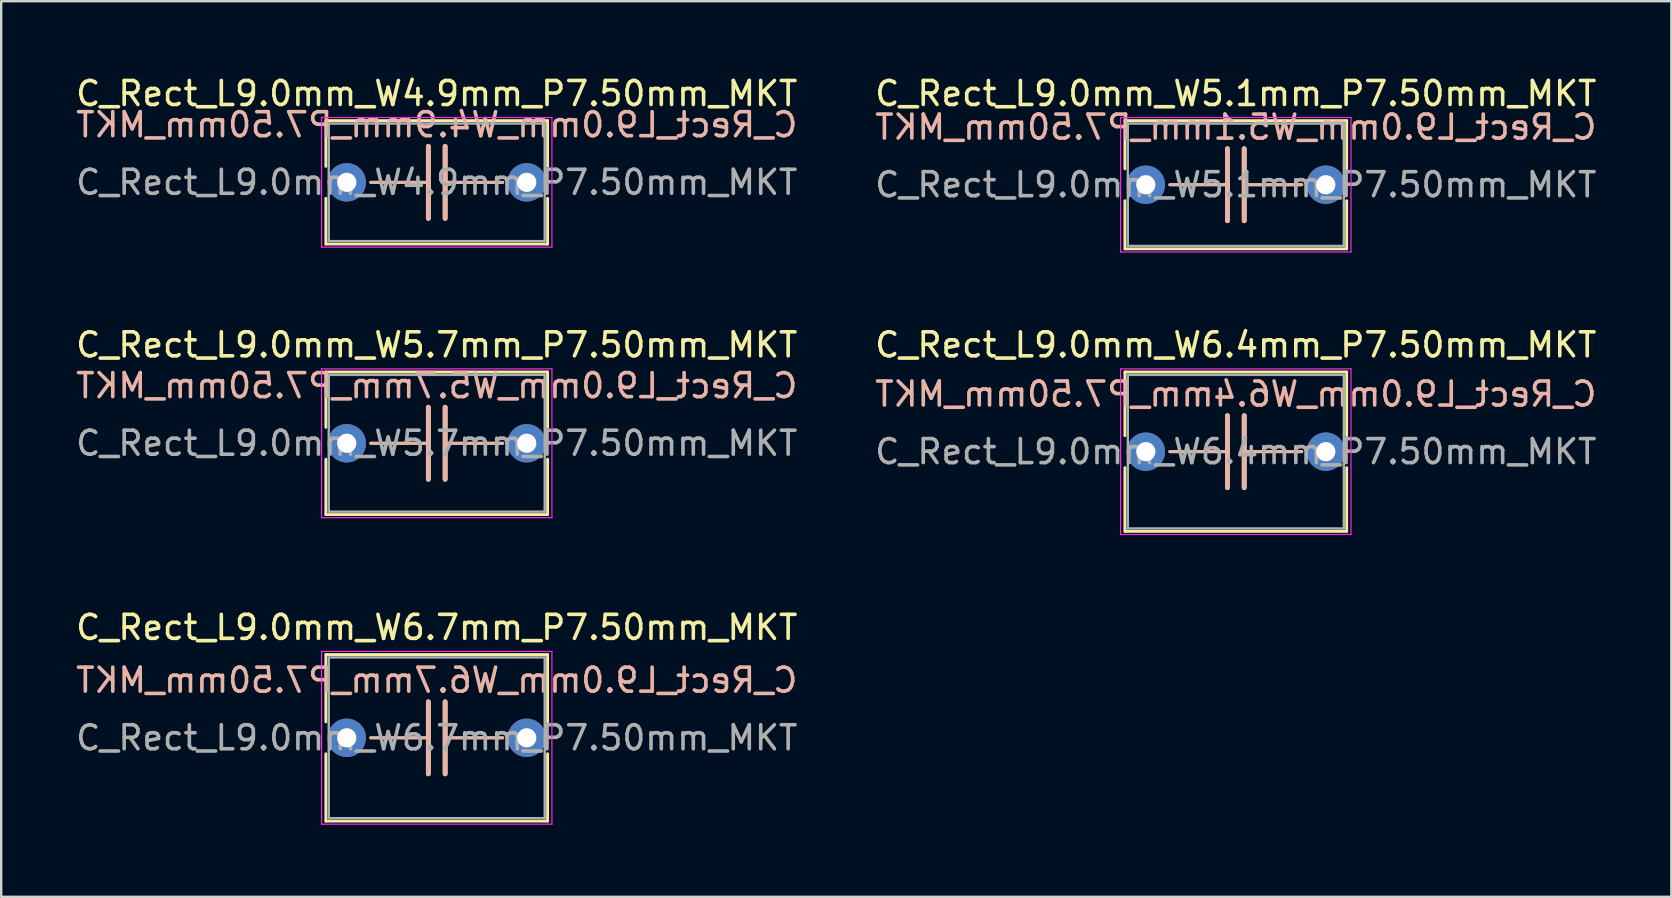
<source format=kicad_pcb>
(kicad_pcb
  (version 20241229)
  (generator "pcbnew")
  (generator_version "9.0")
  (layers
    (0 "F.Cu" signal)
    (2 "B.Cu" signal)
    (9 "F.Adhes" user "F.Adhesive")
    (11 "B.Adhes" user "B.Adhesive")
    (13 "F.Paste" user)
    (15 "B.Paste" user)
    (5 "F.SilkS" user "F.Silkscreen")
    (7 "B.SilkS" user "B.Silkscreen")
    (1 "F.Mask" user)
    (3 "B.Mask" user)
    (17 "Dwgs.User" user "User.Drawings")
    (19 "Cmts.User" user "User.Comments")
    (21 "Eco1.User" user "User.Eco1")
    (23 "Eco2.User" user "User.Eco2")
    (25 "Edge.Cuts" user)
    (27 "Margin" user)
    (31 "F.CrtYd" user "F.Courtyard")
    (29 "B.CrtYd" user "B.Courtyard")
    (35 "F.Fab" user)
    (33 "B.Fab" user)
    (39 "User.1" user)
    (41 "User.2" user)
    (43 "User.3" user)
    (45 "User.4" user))
  (footprint "C_Rect_L9.0mm_W4.9mm_P7.50mm_MKT"
    (layer "F.Cu")
    (at 11.399 4.548)
    (property "Reference" "C_Rect_L9.0mm_W4.9mm_P7.50mm_MKT" (at 3.75 -3.7 0) (layer "F.SilkS") (effects (font (size 1 1) (thickness 0.15))))
    (fp_line (start -0.87 -2.571) (end -0.87 -0.665) (stroke (width 0.12) (type solid)) (layer "F.SilkS"))
    (fp_line (start -0.87 -2.571) (end 8.37 -2.571) (stroke (width 0.12) (type solid)) (layer "F.SilkS"))
    (fp_line (start -0.87 0.665) (end -0.87 2.571) (stroke (width 0.12) (type solid)) (layer "F.SilkS"))
    (fp_line (start -0.87 2.571) (end 8.37 2.571) (stroke (width 0.12) (type solid)) (layer "F.SilkS"))
    (fp_line (start 1 0) (end 3.4 0) (stroke (width 0.12) (type solid)) (layer "F.SilkS"))
    (fp_line (start 3.4 -1.5) (end 3.4 1.5) (stroke (width 0.2) (type solid)) (layer "F.SilkS"))
    (fp_line (start 4.1 -1.5) (end 4.1 1.5) (stroke (width 0.2) (type solid)) (layer "F.SilkS"))
    (fp_line (start 4.1 0) (end 6.5 0) (stroke (width 0.12) (type solid)) (layer "F.SilkS"))
    (fp_line (start 8.37 -2.571) (end 8.37 -0.665) (stroke (width 0.12) (type solid)) (layer "F.SilkS"))
    (fp_line (start 8.37 0.665) (end 8.37 2.571) (stroke (width 0.12) (type solid)) (layer "F.SilkS"))
    (fp_line (start 1 0) (end 3.4 0) (stroke (width 0.12) (type solid)) (layer "B.SilkS"))
    (fp_line (start 3.4 1.5) (end 3.4 -1.5) (stroke (width 0.2) (type solid)) (layer "B.SilkS"))
    (fp_line (start 4.1 0) (end 6.5 0) (stroke (width 0.12) (type solid)) (layer "B.SilkS"))
    (fp_line (start 4.1 1.5) (end 4.1 -1.5) (stroke (width 0.2) (type solid)) (layer "B.SilkS"))
    (fp_line (start -1.05 -2.7) (end -1.05 2.7) (stroke (width 0.05) (type solid)) (layer "F.CrtYd"))
    (fp_line (start -1.05 2.7) (end 8.55 2.7) (stroke (width 0.05) (type solid)) (layer "F.CrtYd"))
    (fp_line (start 8.55 -2.7) (end -1.05 -2.7) (stroke (width 0.05) (type solid)) (layer "F.CrtYd"))
    (fp_line (start 8.55 2.7) (end 8.55 -2.7) (stroke (width 0.05) (type solid)) (layer "F.CrtYd"))
    (fp_line (start -0.75 -2.45) (end -0.75 2.45) (stroke (width 0.1) (type solid)) (layer "F.Fab"))
    (fp_line (start -0.75 2.45) (end 8.25 2.45) (stroke (width 0.1) (type solid)) (layer "F.Fab"))
    (fp_line (start 8.25 -2.45) (end -0.75 -2.45) (stroke (width 0.1) (type solid)) (layer "F.Fab"))
    (fp_line (start 8.25 2.45) (end 8.25 -2.45) (stroke (width 0.1) (type solid)) (layer "F.Fab"))
    (fp_text user "${REFERENCE}" (at 3.75 -2.4 0) (layer "B.SilkS") (effects (font (size 1 1) (thickness 0.15)) (justify mirror)))
    (fp_text user "${REFERENCE}" (at 3.75 0 0) (layer "F.Fab") (effects (font (size 1 1) (thickness 0.15))))
    (pad "1" thru_hole circle (at 0 0) (size 1.6 1.6) (drill 0.8) (layers "*.Cu" "*.Mask"))
    (pad "2" thru_hole circle (at 7.5 0) (size 1.6 1.6) (drill 0.8) (layers "*.Cu" "*.Mask")))
  (footprint "C_Rect_L9.0mm_W6.7mm_P7.50mm_MKT"
    (layer "F.Cu")
    (at 11.399 27.695)
    (property "Reference" "C_Rect_L9.0mm_W6.7mm_P7.50mm_MKT" (at 3.75 -4.6 0) (layer "F.SilkS") (effects (font (size 1 1) (thickness 0.15))))
    (fp_line (start -0.87 -3.47) (end -0.87 -0.665) (stroke (width 0.12) (type solid)) (layer "F.SilkS"))
    (fp_line (start -0.87 -3.47) (end 8.37 -3.47) (stroke (width 0.12) (type solid)) (layer "F.SilkS"))
    (fp_line (start -0.87 0.665) (end -0.87 3.47) (stroke (width 0.12) (type solid)) (layer "F.SilkS"))
    (fp_line (start -0.87 3.47) (end 8.37 3.47) (stroke (width 0.12) (type solid)) (layer "F.SilkS"))
    (fp_line (start 1 0) (end 3.4 0) (stroke (width 0.12) (type solid)) (layer "F.SilkS"))
    (fp_line (start 3.4 -1.5) (end 3.4 1.5) (stroke (width 0.2) (type solid)) (layer "F.SilkS"))
    (fp_line (start 4.1 -1.5) (end 4.1 1.5) (stroke (width 0.2) (type solid)) (layer "F.SilkS"))
    (fp_line (start 4.1 0) (end 6.5 0) (stroke (width 0.12) (type solid)) (layer "F.SilkS"))
    (fp_line (start 8.37 -3.47) (end 8.37 -0.665) (stroke (width 0.12) (type solid)) (layer "F.SilkS"))
    (fp_line (start 8.37 0.665) (end 8.37 3.47) (stroke (width 0.12) (type solid)) (layer "F.SilkS"))
    (fp_line (start 1 0) (end 3.4 0) (stroke (width 0.12) (type solid)) (layer "B.SilkS"))
    (fp_line (start 3.4 1.5) (end 3.4 -1.5) (stroke (width 0.2) (type solid)) (layer "B.SilkS"))
    (fp_line (start 4.1 0) (end 6.5 0) (stroke (width 0.12) (type solid)) (layer "B.SilkS"))
    (fp_line (start 4.1 1.5) (end 4.1 -1.5) (stroke (width 0.2) (type solid)) (layer "B.SilkS"))
    (fp_line (start -1.05 -3.6) (end -1.05 3.6) (stroke (width 0.05) (type solid)) (layer "F.CrtYd"))
    (fp_line (start -1.05 3.6) (end 8.55 3.6) (stroke (width 0.05) (type solid)) (layer "F.CrtYd"))
    (fp_line (start 8.55 -3.6) (end -1.05 -3.6) (stroke (width 0.05) (type solid)) (layer "F.CrtYd"))
    (fp_line (start 8.55 3.6) (end 8.55 -3.6) (stroke (width 0.05) (type solid)) (layer "F.CrtYd"))
    (fp_line (start -0.75 -3.35) (end -0.75 3.35) (stroke (width 0.1) (type solid)) (layer "F.Fab"))
    (fp_line (start -0.75 3.35) (end 8.25 3.35) (stroke (width 0.1) (type solid)) (layer "F.Fab"))
    (fp_line (start 8.25 -3.35) (end -0.75 -3.35) (stroke (width 0.1) (type solid)) (layer "F.Fab"))
    (fp_line (start 8.25 3.35) (end 8.25 -3.35) (stroke (width 0.1) (type solid)) (layer "F.Fab"))
    (fp_text user "${REFERENCE}" (at 3.75 -2.4 0) (layer "B.SilkS") (effects (font (size 1 1) (thickness 0.15)) (justify mirror)))
    (fp_text user "${REFERENCE}" (at 3.75 0 0) (layer "F.Fab") (effects (font (size 1 1) (thickness 0.15))))
    (pad "1" thru_hole circle (at 0 0) (size 1.6 1.6) (drill 0.8) (layers "*.Cu" "*.Mask"))
    (pad "2" thru_hole circle (at 7.5 0) (size 1.6 1.6) (drill 0.8) (layers "*.Cu" "*.Mask")))
  (footprint "C_Rect_L9.0mm_W6.4mm_P7.50mm_MKT"
    (layer "F.Cu")
    (at 44.696 15.771)
    (property "Reference" "C_Rect_L9.0mm_W6.4mm_P7.50mm_MKT" (at 3.75 -4.45 0) (layer "F.SilkS") (effects (font (size 1 1) (thickness 0.15))))
    (fp_line (start -0.87 -3.32) (end -0.87 -0.665) (stroke (width 0.12) (type solid)) (layer "F.SilkS"))
    (fp_line (start -0.87 -3.32) (end 8.37 -3.32) (stroke (width 0.12) (type solid)) (layer "F.SilkS"))
    (fp_line (start -0.87 0.665) (end -0.87 3.32) (stroke (width 0.12) (type solid)) (layer "F.SilkS"))
    (fp_line (start -0.87 3.32) (end 8.37 3.32) (stroke (width 0.12) (type solid)) (layer "F.SilkS"))
    (fp_line (start 1 0) (end 3.4 0) (stroke (width 0.12) (type solid)) (layer "F.SilkS"))
    (fp_line (start 3.4 -1.5) (end 3.4 1.5) (stroke (width 0.2) (type solid)) (layer "F.SilkS"))
    (fp_line (start 4.1 -1.5) (end 4.1 1.5) (stroke (width 0.2) (type solid)) (layer "F.SilkS"))
    (fp_line (start 4.1 0) (end 6.5 0) (stroke (width 0.12) (type solid)) (layer "F.SilkS"))
    (fp_line (start 8.37 -3.32) (end 8.37 -0.665) (stroke (width 0.12) (type solid)) (layer "F.SilkS"))
    (fp_line (start 8.37 0.665) (end 8.37 3.32) (stroke (width 0.12) (type solid)) (layer "F.SilkS"))
    (fp_line (start 1 0) (end 3.4 0) (stroke (width 0.12) (type solid)) (layer "B.SilkS"))
    (fp_line (start 3.4 1.5) (end 3.4 -1.5) (stroke (width 0.2) (type solid)) (layer "B.SilkS"))
    (fp_line (start 4.1 0) (end 6.5 0) (stroke (width 0.12) (type solid)) (layer "B.SilkS"))
    (fp_line (start 4.1 1.5) (end 4.1 -1.5) (stroke (width 0.2) (type solid)) (layer "B.SilkS"))
    (fp_line (start -1.05 -3.45) (end -1.05 3.45) (stroke (width 0.05) (type solid)) (layer "F.CrtYd"))
    (fp_line (start -1.05 3.45) (end 8.55 3.45) (stroke (width 0.05) (type solid)) (layer "F.CrtYd"))
    (fp_line (start 8.55 -3.45) (end -1.05 -3.45) (stroke (width 0.05) (type solid)) (layer "F.CrtYd"))
    (fp_line (start 8.55 3.45) (end 8.55 -3.45) (stroke (width 0.05) (type solid)) (layer "F.CrtYd"))
    (fp_line (start -0.75 -3.2) (end -0.75 3.2) (stroke (width 0.1) (type solid)) (layer "F.Fab"))
    (fp_line (start -0.75 3.2) (end 8.25 3.2) (stroke (width 0.1) (type solid)) (layer "F.Fab"))
    (fp_line (start 8.25 -3.2) (end -0.75 -3.2) (stroke (width 0.1) (type solid)) (layer "F.Fab"))
    (fp_line (start 8.25 3.2) (end 8.25 -3.2) (stroke (width 0.1) (type solid)) (layer "F.Fab"))
    (fp_text user "${REFERENCE}" (at 3.75 -2.4 0) (layer "B.SilkS") (effects (font (size 1 1) (thickness 0.15)) (justify mirror)))
    (fp_text user "${REFERENCE}" (at 3.75 0 0) (layer "F.Fab") (effects (font (size 1 1) (thickness 0.15))))
    (pad "1" thru_hole circle (at 0 0) (size 1.6 1.6) (drill 0.8) (layers "*.Cu" "*.Mask"))
    (pad "2" thru_hole circle (at 7.5 0) (size 1.6 1.6) (drill 0.8) (layers "*.Cu" "*.Mask")))
  (footprint "C_Rect_L9.0mm_W5.7mm_P7.50mm_MKT"
    (layer "F.Cu")
    (at 11.399 15.421)
    (property "Reference" "C_Rect_L9.0mm_W5.7mm_P7.50mm_MKT" (at 3.75 -4.1 0) (layer "F.SilkS") (effects (font (size 1 1) (thickness 0.15))))
    (fp_line (start -0.87 -2.97) (end -0.87 -0.665) (stroke (width 0.12) (type solid)) (layer "F.SilkS"))
    (fp_line (start -0.87 -2.97) (end 8.37 -2.97) (stroke (width 0.12) (type solid)) (layer "F.SilkS"))
    (fp_line (start -0.87 0.665) (end -0.87 2.97) (stroke (width 0.12) (type solid)) (layer "F.SilkS"))
    (fp_line (start -0.87 2.97) (end 8.37 2.97) (stroke (width 0.12) (type solid)) (layer "F.SilkS"))
    (fp_line (start 1 0) (end 3.4 0) (stroke (width 0.12) (type solid)) (layer "F.SilkS"))
    (fp_line (start 3.4 -1.5) (end 3.4 1.5) (stroke (width 0.2) (type solid)) (layer "F.SilkS"))
    (fp_line (start 4.1 -1.5) (end 4.1 1.5) (stroke (width 0.2) (type solid)) (layer "F.SilkS"))
    (fp_line (start 4.1 0) (end 6.5 0) (stroke (width 0.12) (type solid)) (layer "F.SilkS"))
    (fp_line (start 8.37 -2.97) (end 8.37 -0.665) (stroke (width 0.12) (type solid)) (layer "F.SilkS"))
    (fp_line (start 8.37 0.665) (end 8.37 2.97) (stroke (width 0.12) (type solid)) (layer "F.SilkS"))
    (fp_line (start 1 0) (end 3.4 0) (stroke (width 0.12) (type solid)) (layer "B.SilkS"))
    (fp_line (start 3.4 1.5) (end 3.4 -1.5) (stroke (width 0.2) (type solid)) (layer "B.SilkS"))
    (fp_line (start 4.1 0) (end 6.5 0) (stroke (width 0.12) (type solid)) (layer "B.SilkS"))
    (fp_line (start 4.1 1.5) (end 4.1 -1.5) (stroke (width 0.2) (type solid)) (layer "B.SilkS"))
    (fp_line (start -1.05 -3.1) (end -1.05 3.1) (stroke (width 0.05) (type solid)) (layer "F.CrtYd"))
    (fp_line (start -1.05 3.1) (end 8.55 3.1) (stroke (width 0.05) (type solid)) (layer "F.CrtYd"))
    (fp_line (start 8.55 -3.1) (end -1.05 -3.1) (stroke (width 0.05) (type solid)) (layer "F.CrtYd"))
    (fp_line (start 8.55 3.1) (end 8.55 -3.1) (stroke (width 0.05) (type solid)) (layer "F.CrtYd"))
    (fp_line (start -0.75 -2.85) (end -0.75 2.85) (stroke (width 0.1) (type solid)) (layer "F.Fab"))
    (fp_line (start -0.75 2.85) (end 8.25 2.85) (stroke (width 0.1) (type solid)) (layer "F.Fab"))
    (fp_line (start 8.25 -2.85) (end -0.75 -2.85) (stroke (width 0.1) (type solid)) (layer "F.Fab"))
    (fp_line (start 8.25 2.85) (end 8.25 -2.85) (stroke (width 0.1) (type solid)) (layer "F.Fab"))
    (fp_text user "${REFERENCE}" (at 3.75 -2.4 0) (layer "B.SilkS") (effects (font (size 1 1) (thickness 0.15)) (justify mirror)))
    (fp_text user "${REFERENCE}" (at 3.75 0 0) (layer "F.Fab") (effects (font (size 1 1) (thickness 0.15))))
    (pad "1" thru_hole circle (at 0 0) (size 1.6 1.6) (drill 0.8) (layers "*.Cu" "*.Mask"))
    (pad "2" thru_hole circle (at 7.5 0) (size 1.6 1.6) (drill 0.8) (layers "*.Cu" "*.Mask")))
  (footprint "C_Rect_L9.0mm_W5.1mm_P7.50mm_MKT"
    (layer "F.Cu")
    (at 44.696 4.648)
    (property "Reference" "C_Rect_L9.0mm_W5.1mm_P7.50mm_MKT" (at 3.75 -3.8 0) (layer "F.SilkS") (effects (font (size 1 1) (thickness 0.15))))
    (fp_line (start -0.87 -2.67) (end -0.87 -0.665) (stroke (width 0.12) (type solid)) (layer "F.SilkS"))
    (fp_line (start -0.87 -2.67) (end 8.37 -2.67) (stroke (width 0.12) (type solid)) (layer "F.SilkS"))
    (fp_line (start -0.87 0.665) (end -0.87 2.67) (stroke (width 0.12) (type solid)) (layer "F.SilkS"))
    (fp_line (start -0.87 2.67) (end 8.37 2.67) (stroke (width 0.12) (type solid)) (layer "F.SilkS"))
    (fp_line (start 1 0) (end 3.4 0) (stroke (width 0.12) (type solid)) (layer "F.SilkS"))
    (fp_line (start 3.4 -1.5) (end 3.4 1.5) (stroke (width 0.2) (type solid)) (layer "F.SilkS"))
    (fp_line (start 4.1 -1.5) (end 4.1 1.5) (stroke (width 0.2) (type solid)) (layer "F.SilkS"))
    (fp_line (start 4.1 0) (end 6.5 0) (stroke (width 0.12) (type solid)) (layer "F.SilkS"))
    (fp_line (start 8.37 -2.67) (end 8.37 -0.665) (stroke (width 0.12) (type solid)) (layer "F.SilkS"))
    (fp_line (start 8.37 0.665) (end 8.37 2.67) (stroke (width 0.12) (type solid)) (layer "F.SilkS"))
    (fp_line (start 1 0) (end 3.4 0) (stroke (width 0.12) (type solid)) (layer "B.SilkS"))
    (fp_line (start 3.4 1.5) (end 3.4 -1.5) (stroke (width 0.2) (type solid)) (layer "B.SilkS"))
    (fp_line (start 4.1 0) (end 6.5 0) (stroke (width 0.12) (type solid)) (layer "B.SilkS"))
    (fp_line (start 4.1 1.5) (end 4.1 -1.5) (stroke (width 0.2) (type solid)) (layer "B.SilkS"))
    (fp_line (start -1.05 -2.8) (end -1.05 2.8) (stroke (width 0.05) (type solid)) (layer "F.CrtYd"))
    (fp_line (start -1.05 2.8) (end 8.55 2.8) (stroke (width 0.05) (type solid)) (layer "F.CrtYd"))
    (fp_line (start 8.55 -2.8) (end -1.05 -2.8) (stroke (width 0.05) (type solid)) (layer "F.CrtYd"))
    (fp_line (start 8.55 2.8) (end 8.55 -2.8) (stroke (width 0.05) (type solid)) (layer "F.CrtYd"))
    (fp_line (start -0.75 -2.55) (end -0.75 2.55) (stroke (width 0.1) (type solid)) (layer "F.Fab"))
    (fp_line (start -0.75 2.55) (end 8.25 2.55) (stroke (width 0.1) (type solid)) (layer "F.Fab"))
    (fp_line (start 8.25 -2.55) (end -0.75 -2.55) (stroke (width 0.1) (type solid)) (layer "F.Fab"))
    (fp_line (start 8.25 2.55) (end 8.25 -2.55) (stroke (width 0.1) (type solid)) (layer "F.Fab"))
    (fp_text user "${REFERENCE}" (at 3.75 -2.4 0) (layer "B.SilkS") (effects (font (size 1 1) (thickness 0.15)) (justify mirror)))
    (fp_text user "${REFERENCE}" (at 3.75 0 0) (layer "F.Fab") (effects (font (size 1 1) (thickness 0.15))))
    (pad "1" thru_hole circle (at 0 0) (size 1.6 1.6) (drill 0.8) (layers "*.Cu" "*.Mask"))
    (pad "2" thru_hole circle (at 7.5 0) (size 1.6 1.6) (drill 0.8) (layers "*.Cu" "*.Mask")))
  (gr_rect
    (start -3 -3)
    (end 66.595 34.32)
    (stroke (width 0.1) (type default))
    (fill no)
    (layer "Edge.Cuts")))
</source>
